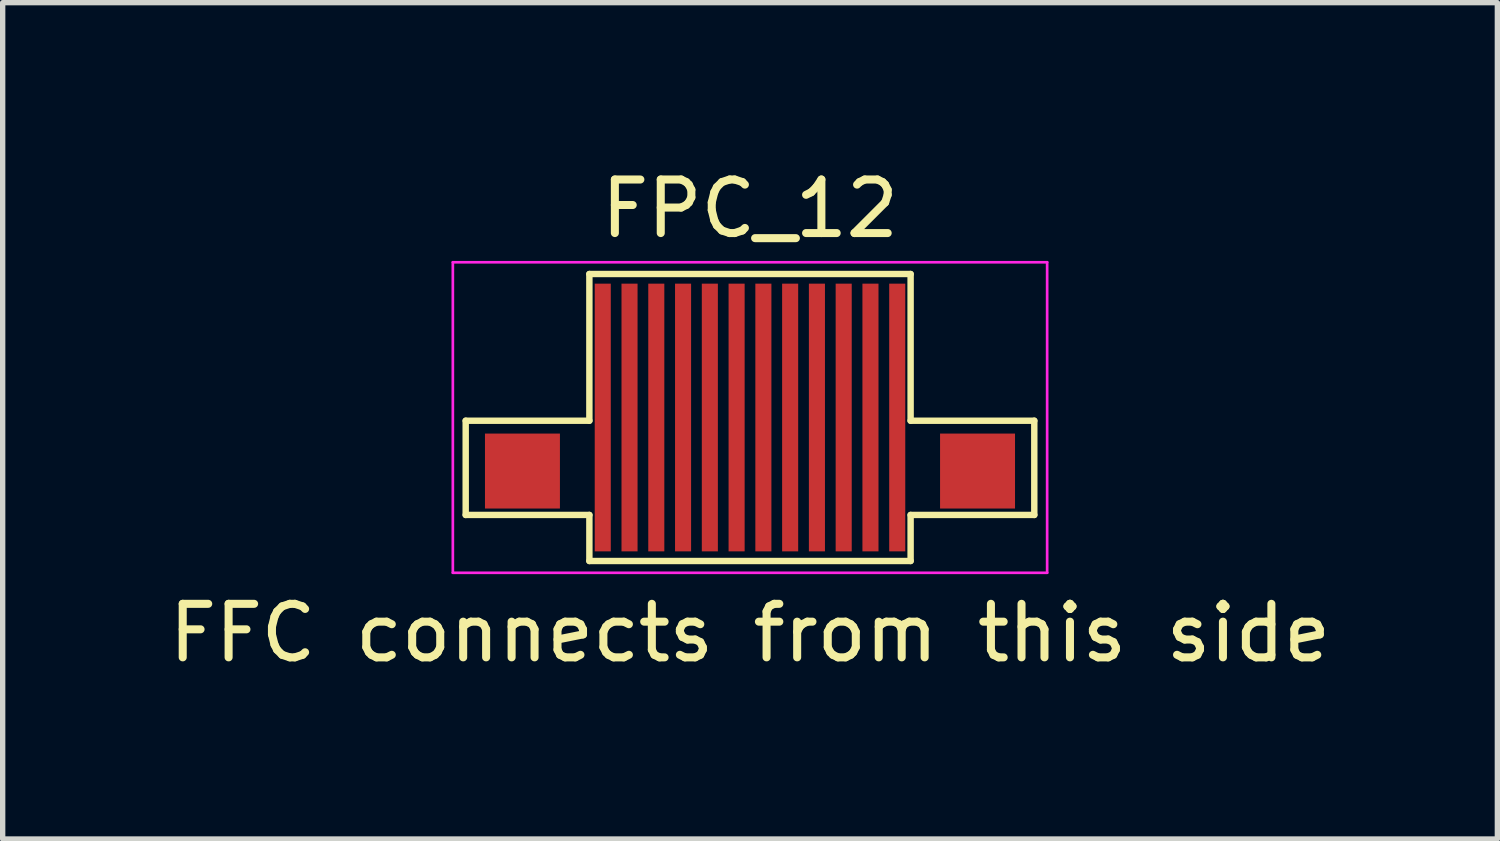
<source format=kicad_pcb>
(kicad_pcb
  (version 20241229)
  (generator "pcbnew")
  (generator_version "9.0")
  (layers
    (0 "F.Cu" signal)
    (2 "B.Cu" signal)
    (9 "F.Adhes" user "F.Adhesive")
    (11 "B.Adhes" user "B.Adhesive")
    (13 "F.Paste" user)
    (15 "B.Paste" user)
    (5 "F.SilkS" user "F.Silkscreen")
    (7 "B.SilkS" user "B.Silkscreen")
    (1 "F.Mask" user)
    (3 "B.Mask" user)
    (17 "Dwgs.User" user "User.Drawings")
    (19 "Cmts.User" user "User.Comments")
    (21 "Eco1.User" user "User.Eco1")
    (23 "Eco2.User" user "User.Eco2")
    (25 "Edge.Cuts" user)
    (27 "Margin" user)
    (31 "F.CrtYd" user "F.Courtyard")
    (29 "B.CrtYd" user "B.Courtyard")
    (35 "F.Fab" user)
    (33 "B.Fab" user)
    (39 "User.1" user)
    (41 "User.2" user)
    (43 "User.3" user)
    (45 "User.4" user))
  (footprint "FPC_12"
    (layer "F.Cu")
    (at 10.958 4.748)
    (property "Reference" "FPC_12" (at 0 -3.9 0) (layer "F.SilkS") (effects (font (size 1 1) (thickness 0.15))))
    (attr smd)
    (fp_line (start -5.31 0.06) (end -3 0.06) (stroke (width 0.12) (type solid)) (layer "F.SilkS"))
    (fp_line (start -5.31 1.82) (end -5.31 0.06) (stroke (width 0.12) (type solid)) (layer "F.SilkS"))
    (fp_line (start -3 -2.68) (end 3 -2.68) (stroke (width 0.12) (type solid)) (layer "F.SilkS"))
    (fp_line (start -3 0.06) (end -3 -2.68) (stroke (width 0.12) (type solid)) (layer "F.SilkS"))
    (fp_line (start -3 1.82) (end -5.31 1.82) (stroke (width 0.12) (type solid)) (layer "F.SilkS"))
    (fp_line (start -3 2.68) (end -3 1.82) (stroke (width 0.12) (type solid)) (layer "F.SilkS"))
    (fp_line (start -3 2.68) (end 3 2.68) (stroke (width 0.12) (type solid)) (layer "F.SilkS"))
    (fp_line (start 3 0.06) (end 3 -2.68) (stroke (width 0.12) (type solid)) (layer "F.SilkS"))
    (fp_line (start 3 1.82) (end 5.31 1.82) (stroke (width 0.12) (type solid)) (layer "F.SilkS"))
    (fp_line (start 3 2.68) (end 3 1.82) (stroke (width 0.12) (type solid)) (layer "F.SilkS"))
    (fp_line (start 5.31 0.06) (end 3 0.06) (stroke (width 0.12) (type solid)) (layer "F.SilkS"))
    (fp_line (start 5.31 1.82) (end 5.31 0.06) (stroke (width 0.12) (type solid)) (layer "F.SilkS"))
    (fp_line (start -5.55 -2.9) (end -5.55 2.9) (stroke (width 0.05) (type solid)) (layer "F.CrtYd"))
    (fp_line (start -5.55 -2.9) (end 5.55 -2.9) (stroke (width 0.05) (type solid)) (layer "F.CrtYd"))
    (fp_line (start -5.55 2.9) (end 5.55 2.9) (stroke (width 0.05) (type solid)) (layer "F.CrtYd"))
    (fp_line (start 5.55 -2.9) (end 5.55 2.9) (stroke (width 0.05) (type solid)) (layer "F.CrtYd"))
    (fp_text user "FFC connects from this side" (at 0 4.025 0) (layer "F.SilkS") (effects (font (size 1 1) (thickness 0.15))))
    (pad "0" smd rect (at -4.25 1) (size 1.4 1.4) (layers "F.Cu" "F.Mask" "F.Paste"))
    (pad "0" smd rect (at 4.25 1) (size 1.4 1.4) (layers "F.Cu" "F.Mask" "F.Paste"))
    (pad "1" smd rect (at -2.75 0) (size 0.3 5) (layers "F.Cu" "F.Mask" "F.Paste"))
    (pad "2" smd rect (at -2.25 0) (size 0.3 5) (layers "F.Cu" "F.Mask" "F.Paste"))
    (pad "3" smd rect (at -1.75 0) (size 0.3 5) (layers "F.Cu" "F.Mask" "F.Paste"))
    (pad "4" smd rect (at -1.25 0) (size 0.3 5) (layers "F.Cu" "F.Mask" "F.Paste"))
    (pad "5" smd rect (at -0.75 0) (size 0.3 5) (layers "F.Cu" "F.Mask" "F.Paste"))
    (pad "6" smd rect (at -0.25 0) (size 0.3 5) (layers "F.Cu" "F.Mask" "F.Paste"))
    (pad "7" smd rect (at 0.25 0) (size 0.3 5) (layers "F.Cu" "F.Mask" "F.Paste"))
    (pad "8" smd rect (at 0.75 0) (size 0.3 5) (layers "F.Cu" "F.Mask" "F.Paste"))
    (pad "9" smd rect (at 1.25 0) (size 0.3 5) (layers "F.Cu" "F.Mask" "F.Paste"))
    (pad "10" smd rect (at 1.75 0) (size 0.3 5) (layers "F.Cu" "F.Mask" "F.Paste"))
    (pad "11" smd rect (at 2.25 0) (size 0.3 5) (layers "F.Cu" "F.Mask" "F.Paste"))
    (pad "12" smd rect (at 2.75 0) (size 0.3 5) (layers "F.Cu" "F.Mask" "F.Paste")))
  (gr_rect
    (start -3 -3)
    (end 24.917 12.621)
    (stroke (width 0.1) (type default))
    (fill no)
    (layer "Edge.Cuts")))
</source>
